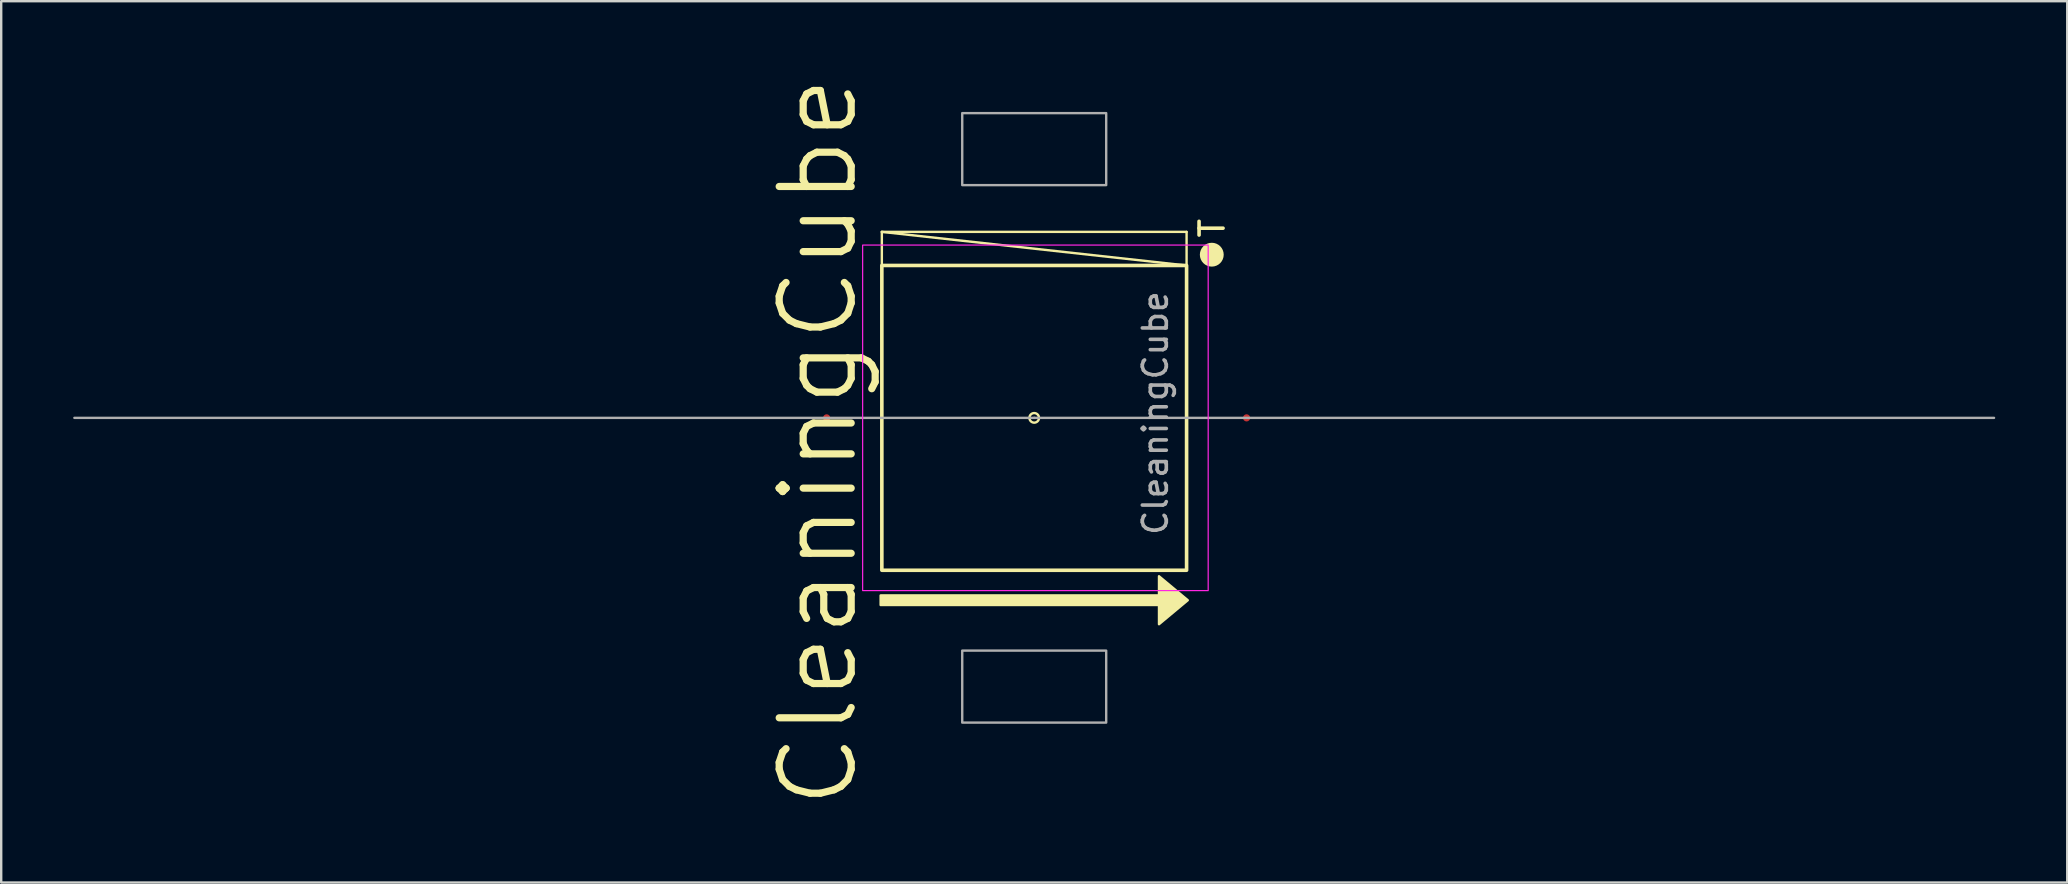
<source format=kicad_pcb>
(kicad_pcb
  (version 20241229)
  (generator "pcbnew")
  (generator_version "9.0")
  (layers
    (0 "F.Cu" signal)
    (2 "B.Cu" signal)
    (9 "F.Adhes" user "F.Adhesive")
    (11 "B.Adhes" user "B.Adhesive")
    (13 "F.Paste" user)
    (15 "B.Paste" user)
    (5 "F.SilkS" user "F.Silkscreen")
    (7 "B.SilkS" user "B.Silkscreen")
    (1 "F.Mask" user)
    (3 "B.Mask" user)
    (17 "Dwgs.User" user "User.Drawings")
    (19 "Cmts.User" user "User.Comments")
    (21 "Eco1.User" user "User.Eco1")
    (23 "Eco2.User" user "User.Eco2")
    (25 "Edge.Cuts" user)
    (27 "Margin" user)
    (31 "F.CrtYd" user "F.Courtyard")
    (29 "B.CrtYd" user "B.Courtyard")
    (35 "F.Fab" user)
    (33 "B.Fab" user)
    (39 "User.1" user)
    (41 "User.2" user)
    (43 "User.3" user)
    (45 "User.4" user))
  (footprint "CleaningCube"
    (layer "F.Cu")
    (at 40.05 14.364)
    (property "Reference" "CleaningCube" (at -9 1 90) (unlocked yes) (layer "F.SilkS") (effects (font (size 3 3) (thickness 0.3))))
    (attr smd)
    (fp_line (start -6.35 -7.75) (end -6.35 -6.35) (stroke (width 0.1) (type default)) (layer "F.SilkS"))
    (fp_line (start -6.35 -7.75) (end 6.35 -7.75) (stroke (width 0.1) (type default)) (layer "F.SilkS"))
    (fp_line (start 6.35 -6.35) (end -6.35 -7.75) (stroke (width 0.1) (type default)) (layer "F.SilkS"))
    (fp_line (start 6.35 -6.35) (end 6.35 -7.75) (stroke (width 0.1) (type default)) (layer "F.SilkS"))
    (fp_rect (start -6.35 6.35) (end 6.35 -6.35) (stroke (width 0.15) (type default)) (fill no) (layer "F.SilkS"))
    (fp_circle (center 0 0) (end 0 -0.2) (stroke (width 0.1) (type default)) (fill no) (layer "F.SilkS"))
    (fp_circle (center 7.4 -6.8) (end 6.953 -6.8) (stroke (width 0.1) (type solid)) (fill yes) (layer "F.SilkS"))
    (fp_poly (pts (xy -6.4 7.4) (xy 5.2 7.4) (xy 5.2 6.6) (xy 6.4 7.6) (xy 5.2 8.6) (xy 5.2 7.8) (xy -6.4 7.8)) (stroke (width 0.1) (type solid)) (fill yes) (layer "F.SilkS"))
    (fp_rect (start -7.15 7.2) (end 7.25 -7.2) (stroke (width 0.05) (type default)) (fill no) (layer "F.CrtYd"))
    (fp_line (start 0 0) (end -40 0) (stroke (width 0.1) (type default)) (layer "F.Fab"))
    (fp_line (start 0 0) (end 40 0) (stroke (width 0.1) (type default)) (layer "F.Fab"))
    (fp_rect (start 3 -9.7) (end -3 -12.7) (stroke (width 0.1) (type solid)) (fill no) (layer "F.Fab"))
    (fp_rect (start 3 12.7) (end -3 9.7) (stroke (width 0.1) (type solid)) (fill no) (layer "F.Fab"))
    (fp_text user "T" (at 8 -7.425 90) (unlocked yes) (layer "F.SilkS") (effects (font (size 1 1) (thickness 0.15)) (justify left bottom)))
    (fp_text user "${REFERENCE}" (at 5.05 -0.2 90) (unlocked yes) (layer "F.Fab") (effects (font (size 1 1) (thickness 0.15))))
    (pad "1" smd circle (at 8.85 0) (size 0.3 0.3) (layers "F.Cu" "F.Mask" "F.Paste"))
    (pad "2" smd circle (at -8.65 0) (size 0.3 0.3) (layers "F.Cu" "F.Mask" "F.Paste")))
  (gr_rect
    (start -3 -3)
    (end 83.1 33.729)
    (stroke (width 0.1) (type default))
    (fill no)
    (layer "Edge.Cuts")))
</source>
